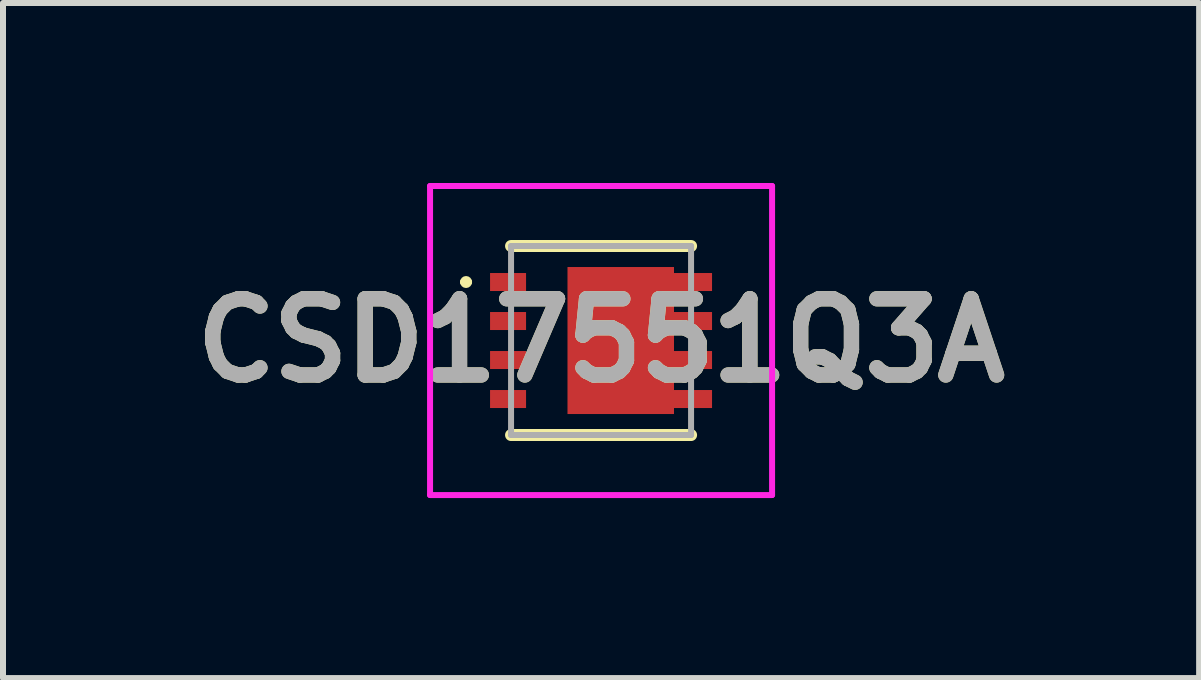
<source format=kicad_pcb>
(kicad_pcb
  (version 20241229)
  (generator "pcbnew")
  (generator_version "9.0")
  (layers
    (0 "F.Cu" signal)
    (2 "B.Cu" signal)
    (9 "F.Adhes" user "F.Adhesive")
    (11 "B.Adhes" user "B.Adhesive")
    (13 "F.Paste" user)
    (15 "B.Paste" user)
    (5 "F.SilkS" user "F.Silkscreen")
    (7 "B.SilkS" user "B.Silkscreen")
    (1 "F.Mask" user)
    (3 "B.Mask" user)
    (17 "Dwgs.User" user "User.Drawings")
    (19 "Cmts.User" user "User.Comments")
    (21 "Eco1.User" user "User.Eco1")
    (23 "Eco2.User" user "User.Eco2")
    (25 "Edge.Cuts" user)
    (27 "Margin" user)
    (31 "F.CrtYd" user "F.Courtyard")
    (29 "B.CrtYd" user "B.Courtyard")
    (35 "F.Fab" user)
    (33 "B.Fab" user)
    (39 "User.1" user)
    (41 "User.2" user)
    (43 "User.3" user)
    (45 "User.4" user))
  (footprint "CSD17551Q3A"
    (layer "F.Cu")
    (at 6.967 2.625)
    (property "Reference" "CSD17551Q3A" (at 0 0 0) (layer "F.SilkS") (effects (font (size 1.27 1.27) (thickness 0.254))))
    (attr smd)
    (fp_line (start -2.3 -0.975) (end -2.3 -0.975) (stroke (width 0.1) (type solid)) (layer "F.SilkS"))
    (fp_line (start -2.2 -0.975) (end -2.2 -0.975) (stroke (width 0.1) (type solid)) (layer "F.SilkS"))
    (fp_line (start -1.5 -1.575) (end 1.5 -1.575) (stroke (width 0.2) (type solid)) (layer "F.SilkS"))
    (fp_line (start 1.5 1.575) (end -1.5 1.575) (stroke (width 0.2) (type solid)) (layer "F.SilkS"))
    (fp_arc (start -2.3 -0.975) (mid -2.25 -1.025) (end -2.2 -0.975) (stroke (width 0.1) (type solid)) (layer "F.SilkS"))
    (fp_arc (start -2.2 -0.975) (mid -2.25 -0.925) (end -2.3 -0.975) (stroke (width 0.1) (type solid)) (layer "F.SilkS"))
    (fp_line (start -2.85 -2.575) (end 2.85 -2.575) (stroke (width 0.1) (type solid)) (layer "F.CrtYd"))
    (fp_line (start -2.85 2.575) (end -2.85 -2.575) (stroke (width 0.1) (type solid)) (layer "F.CrtYd"))
    (fp_line (start 2.85 -2.575) (end 2.85 2.575) (stroke (width 0.1) (type solid)) (layer "F.CrtYd"))
    (fp_line (start 2.85 2.575) (end -2.85 2.575) (stroke (width 0.1) (type solid)) (layer "F.CrtYd"))
    (fp_line (start -1.5 -1.575) (end 1.5 -1.575) (stroke (width 0.1) (type solid)) (layer "F.Fab"))
    (fp_line (start -1.5 1.575) (end -1.5 -1.575) (stroke (width 0.1) (type solid)) (layer "F.Fab"))
    (fp_line (start 1.5 -1.575) (end 1.5 1.575) (stroke (width 0.1) (type solid)) (layer "F.Fab"))
    (fp_line (start 1.5 1.575) (end -1.5 1.575) (stroke (width 0.1) (type solid)) (layer "F.Fab"))
    (fp_text user "${REFERENCE}" (at 0 0 0) (layer "F.Fab") (effects (font (size 1.27 1.27) (thickness 0.254))))
    (pad "1" smd rect (at -1.55 -0.975 90) (size 0.3 0.6) (layers "F.Cu" "F.Mask" "F.Paste"))
    (pad "2" smd rect (at -1.55 -0.325 90) (size 0.3 0.6) (layers "F.Cu" "F.Mask" "F.Paste"))
    (pad "3" smd rect (at -1.55 0.325 90) (size 0.3 0.6) (layers "F.Cu" "F.Mask" "F.Paste"))
    (pad "4" smd rect (at -1.55 0.975 90) (size 0.3 0.6) (layers "F.Cu" "F.Mask" "F.Paste"))
    (pad "5" smd rect (at 1.532 0.975 90) (size 0.3 0.635) (layers "F.Cu" "F.Mask" "F.Paste"))
    (pad "6" smd rect (at 1.532 0.325 90) (size 0.3 0.635) (layers "F.Cu" "F.Mask" "F.Paste"))
    (pad "7" smd rect (at 1.532 -0.325 90) (size 0.3 0.635) (layers "F.Cu" "F.Mask" "F.Paste"))
    (pad "8" smd rect (at 1.532 -0.975 90) (size 0.3 0.635) (layers "F.Cu" "F.Mask" "F.Paste"))
    (pad "9" smd rect (at 0.328 0) (size 1.775 2.45) (layers "F.Cu" "F.Mask" "F.Paste")))
  (gr_rect
    (start -3 -3)
    (end 16.934 8.25)
    (stroke (width 0.1) (type default))
    (fill no)
    (layer "Edge.Cuts")))
</source>
